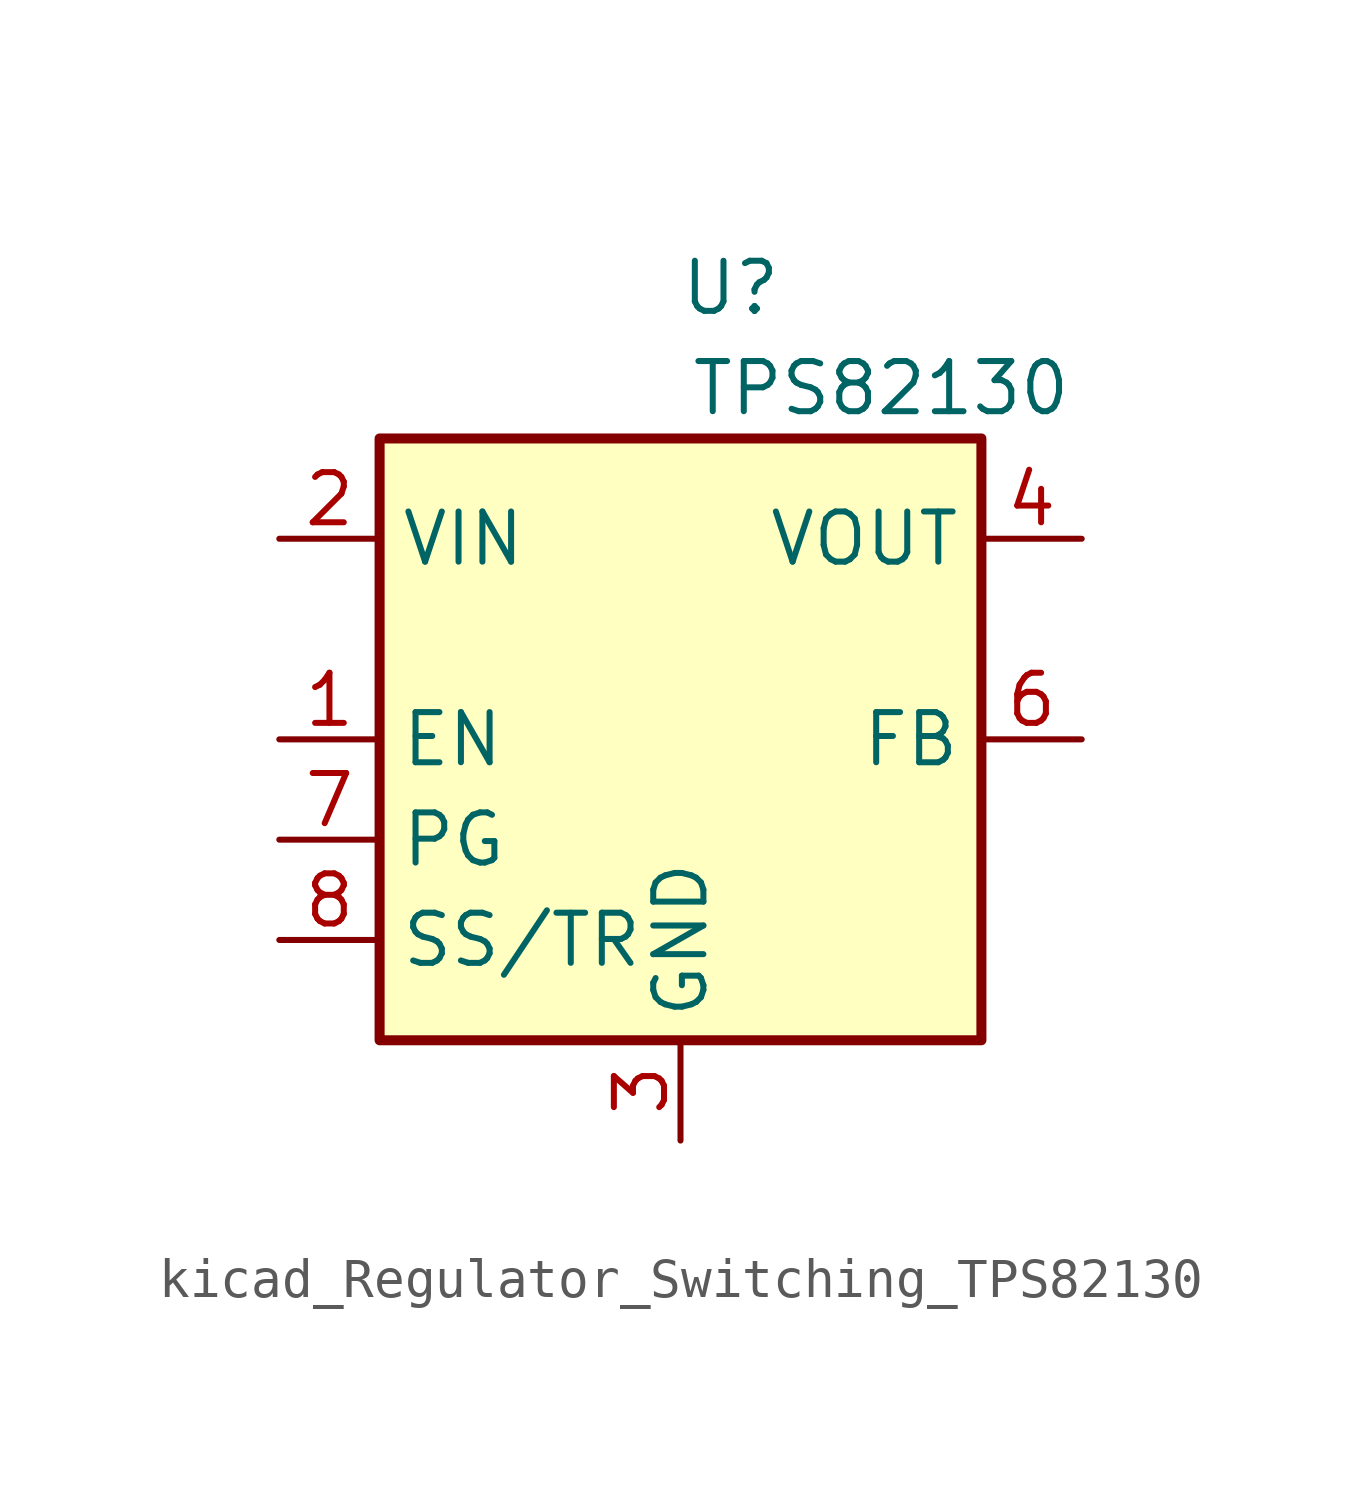
<source format=kicad_sym>
(kicad_symbol_lib
  (version 20220914)
  (generator kicad_symbol_editor)
  (symbol "kicad_Regulator_Switching_TPS82130"
    (property "Reference" "U"
      (at 1.27 11.43 0)
      (effects (font (size 1.27 1.27))))
    (property "Value" "TPS82130"
      (at 5.08 8.89 0)
      (effects (font (size 1.27 1.27))))
    (symbol "kicad_Regulator_Switching_TPS82130_0_1"
      (rectangle (start -7.62 7.62) (end 7.62 -7.62) (stroke (width 0.254) (type default)) (fill (type background))))
    (symbol "kicad_Regulator_Switching_TPS82130_1_1"
      (pin input line (at -10.16 0 0) (length 2.54) (name "EN" (effects (font (size 1.27 1.27)))) (number "1" (effects (font (size 1.27 1.27)))))
      (pin power_in line (at -10.16 5.08 0) (length 2.54) (name "VIN" (effects (font (size 1.27 1.27)))) (number "2" (effects (font (size 1.27 1.27)))))
      (pin power_in line (at 0 -10.16 90) (length 2.54) (name "GND" (effects (font (size 1.27 1.27)))) (number "3" (effects (font (size 1.27 1.27)))))
      (pin power_out line (at 10.16 5.08 180) (length 2.54) (name "VOUT" (effects (font (size 1.27 1.27)))) (number "4" (effects (font (size 1.27 1.27)))))
      (pin passive line (at 10.16 5.08 180) (length 2.54) hide (name "VOUT" (effects (font (size 1.27 1.27)))) (number "5" (effects (font (size 1.27 1.27)))))
      (pin input line (at 10.16 0 180) (length 2.54) (name "FB" (effects (font (size 1.27 1.27)))) (number "6" (effects (font (size 1.27 1.27)))))
      (pin open_collector line (at -10.16 -2.54 0) (length 2.54) (name "PG" (effects (font (size 1.27 1.27)))) (number "7" (effects (font (size 1.27 1.27)))))
      (pin input line (at -10.16 -5.08 0) (length 2.54) (name "SS/TR" (effects (font (size 1.27 1.27)))) (number "8" (effects (font (size 1.27 1.27)))))
      (pin passive line (at 0 -10.16 90) (length 2.54) hide (name "GND" (effects (font (size 1.27 1.27)))) (number "9" (effects (font (size 1.27 1.27))))))))
</source>
